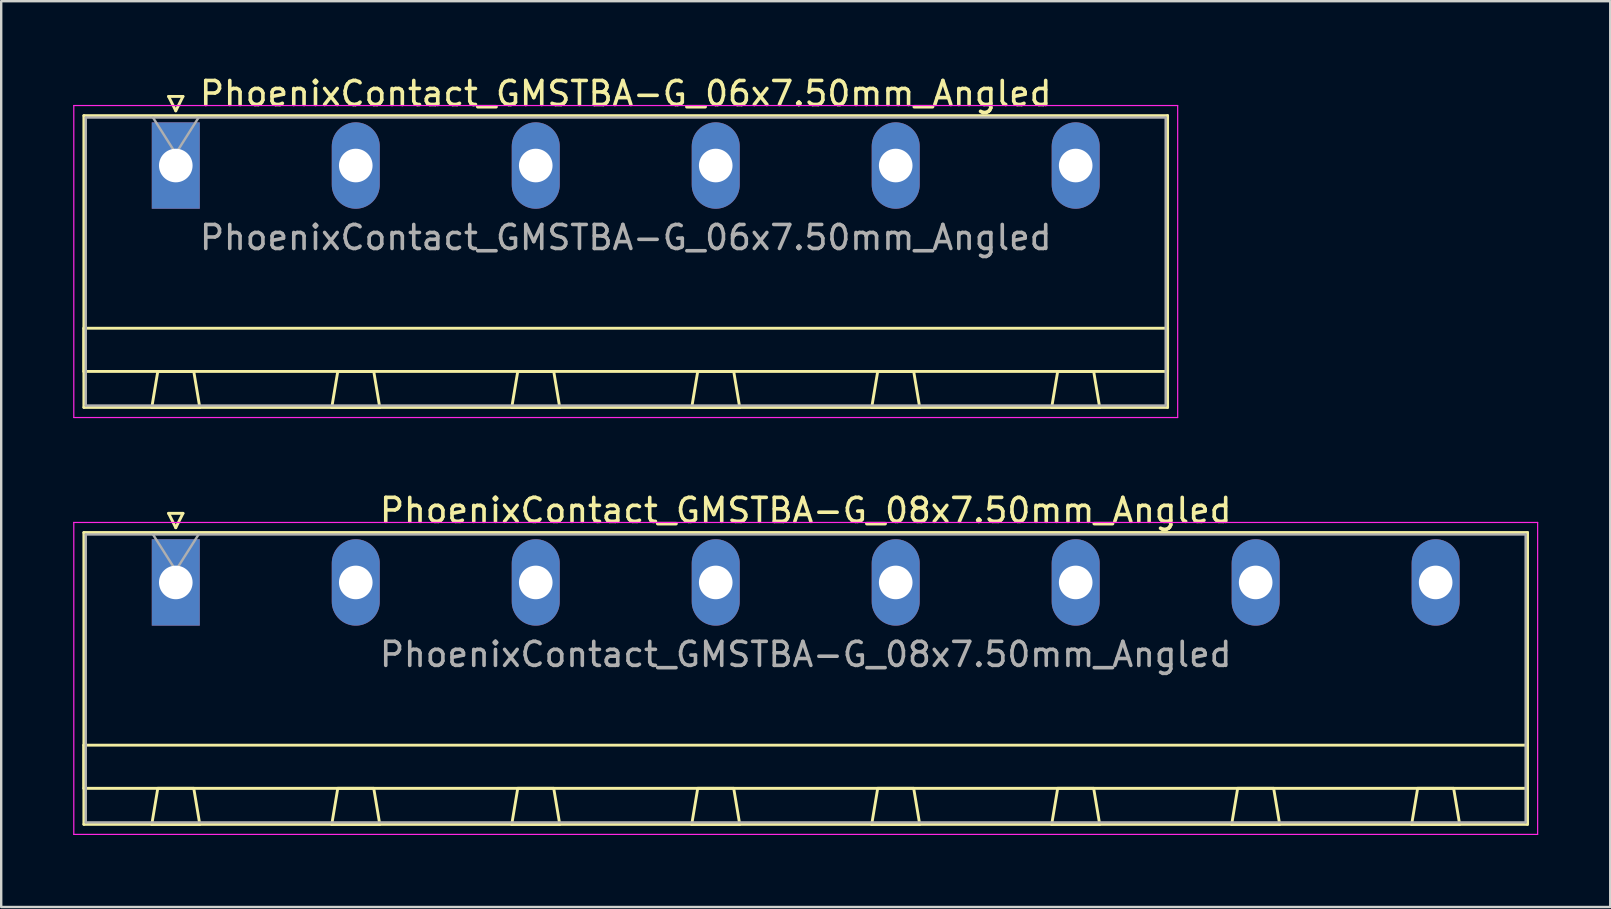
<source format=kicad_pcb>
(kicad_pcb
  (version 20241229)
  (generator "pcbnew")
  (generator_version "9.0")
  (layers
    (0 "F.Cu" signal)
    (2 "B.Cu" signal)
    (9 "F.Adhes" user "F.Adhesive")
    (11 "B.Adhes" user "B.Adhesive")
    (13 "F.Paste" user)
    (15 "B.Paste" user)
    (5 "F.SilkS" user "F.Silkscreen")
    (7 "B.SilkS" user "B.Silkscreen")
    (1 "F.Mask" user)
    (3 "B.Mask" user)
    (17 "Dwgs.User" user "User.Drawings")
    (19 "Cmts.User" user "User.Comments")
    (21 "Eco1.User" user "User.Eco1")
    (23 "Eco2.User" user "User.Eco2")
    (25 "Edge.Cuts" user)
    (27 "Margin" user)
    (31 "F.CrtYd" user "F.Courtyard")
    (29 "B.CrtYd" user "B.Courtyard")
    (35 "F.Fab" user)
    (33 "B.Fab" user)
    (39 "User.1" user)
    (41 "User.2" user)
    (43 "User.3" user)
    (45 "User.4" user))
  (footprint "PhoenixContact_GMSTBA-G_08x7.50mm_Angled"
    (layer "F.Cu")
    (at 4.275 21.221)
    (property "Reference" "PhoenixContact_GMSTBA-G_08x7.50mm_Angled" (at 26.25 -3 0) (layer "F.SilkS") (effects (font (size 1 1) (thickness 0.15))))
    (attr through_hole)
    (fp_line (start -3.83 -2.08) (end -3.83 10.08) (stroke (width 0.12) (type solid)) (layer "F.SilkS"))
    (fp_line (start -3.83 6.78) (end 56.33 6.78) (stroke (width 0.12) (type solid)) (layer "F.SilkS"))
    (fp_line (start -3.83 8.58) (end -3.83 6.78) (stroke (width 0.12) (type solid)) (layer "F.SilkS"))
    (fp_line (start -3.83 10.08) (end 56.33 10.08) (stroke (width 0.12) (type solid)) (layer "F.SilkS"))
    (fp_line (start -1 10.08) (end 1 10.08) (stroke (width 0.12) (type solid)) (layer "F.SilkS"))
    (fp_line (start -0.75 8.58) (end -1 10.08) (stroke (width 0.12) (type solid)) (layer "F.SilkS"))
    (fp_line (start -0.3 -2.88) (end 0.3 -2.88) (stroke (width 0.12) (type solid)) (layer "F.SilkS"))
    (fp_line (start 0 -2.28) (end -0.3 -2.88) (stroke (width 0.12) (type solid)) (layer "F.SilkS"))
    (fp_line (start 0.3 -2.88) (end 0 -2.28) (stroke (width 0.12) (type solid)) (layer "F.SilkS"))
    (fp_line (start 0.75 8.58) (end -0.75 8.58) (stroke (width 0.12) (type solid)) (layer "F.SilkS"))
    (fp_line (start 1 10.08) (end 0.75 8.58) (stroke (width 0.12) (type solid)) (layer "F.SilkS"))
    (fp_line (start 6.5 10.08) (end 8.5 10.08) (stroke (width 0.12) (type solid)) (layer "F.SilkS"))
    (fp_line (start 6.75 8.58) (end 6.5 10.08) (stroke (width 0.12) (type solid)) (layer "F.SilkS"))
    (fp_line (start 8.25 8.58) (end 6.75 8.58) (stroke (width 0.12) (type solid)) (layer "F.SilkS"))
    (fp_line (start 8.5 10.08) (end 8.25 8.58) (stroke (width 0.12) (type solid)) (layer "F.SilkS"))
    (fp_line (start 14 10.08) (end 16 10.08) (stroke (width 0.12) (type solid)) (layer "F.SilkS"))
    (fp_line (start 14.25 8.58) (end 14 10.08) (stroke (width 0.12) (type solid)) (layer "F.SilkS"))
    (fp_line (start 15.75 8.58) (end 14.25 8.58) (stroke (width 0.12) (type solid)) (layer "F.SilkS"))
    (fp_line (start 16 10.08) (end 15.75 8.58) (stroke (width 0.12) (type solid)) (layer "F.SilkS"))
    (fp_line (start 21.5 10.08) (end 23.5 10.08) (stroke (width 0.12) (type solid)) (layer "F.SilkS"))
    (fp_line (start 21.75 8.58) (end 21.5 10.08) (stroke (width 0.12) (type solid)) (layer "F.SilkS"))
    (fp_line (start 23.25 8.58) (end 21.75 8.58) (stroke (width 0.12) (type solid)) (layer "F.SilkS"))
    (fp_line (start 23.5 10.08) (end 23.25 8.58) (stroke (width 0.12) (type solid)) (layer "F.SilkS"))
    (fp_line (start 29 10.08) (end 31 10.08) (stroke (width 0.12) (type solid)) (layer "F.SilkS"))
    (fp_line (start 29.25 8.58) (end 29 10.08) (stroke (width 0.12) (type solid)) (layer "F.SilkS"))
    (fp_line (start 30.75 8.58) (end 29.25 8.58) (stroke (width 0.12) (type solid)) (layer "F.SilkS"))
    (fp_line (start 31 10.08) (end 30.75 8.58) (stroke (width 0.12) (type solid)) (layer "F.SilkS"))
    (fp_line (start 36.5 10.08) (end 38.5 10.08) (stroke (width 0.12) (type solid)) (layer "F.SilkS"))
    (fp_line (start 36.75 8.58) (end 36.5 10.08) (stroke (width 0.12) (type solid)) (layer "F.SilkS"))
    (fp_line (start 38.25 8.58) (end 36.75 8.58) (stroke (width 0.12) (type solid)) (layer "F.SilkS"))
    (fp_line (start 38.5 10.08) (end 38.25 8.58) (stroke (width 0.12) (type solid)) (layer "F.SilkS"))
    (fp_line (start 44 10.08) (end 46 10.08) (stroke (width 0.12) (type solid)) (layer "F.SilkS"))
    (fp_line (start 44.25 8.58) (end 44 10.08) (stroke (width 0.12) (type solid)) (layer "F.SilkS"))
    (fp_line (start 45.75 8.58) (end 44.25 8.58) (stroke (width 0.12) (type solid)) (layer "F.SilkS"))
    (fp_line (start 46 10.08) (end 45.75 8.58) (stroke (width 0.12) (type solid)) (layer "F.SilkS"))
    (fp_line (start 51.5 10.08) (end 53.5 10.08) (stroke (width 0.12) (type solid)) (layer "F.SilkS"))
    (fp_line (start 51.75 8.58) (end 51.5 10.08) (stroke (width 0.12) (type solid)) (layer "F.SilkS"))
    (fp_line (start 53.25 8.58) (end 51.75 8.58) (stroke (width 0.12) (type solid)) (layer "F.SilkS"))
    (fp_line (start 53.5 10.08) (end 53.25 8.58) (stroke (width 0.12) (type solid)) (layer "F.SilkS"))
    (fp_line (start 56.33 -2.08) (end -3.83 -2.08) (stroke (width 0.12) (type solid)) (layer "F.SilkS"))
    (fp_line (start 56.33 6.78) (end 56.33 8.58) (stroke (width 0.12) (type solid)) (layer "F.SilkS"))
    (fp_line (start 56.33 8.58) (end -3.83 8.58) (stroke (width 0.12) (type solid)) (layer "F.SilkS"))
    (fp_line (start 56.33 10.08) (end 56.33 -2.08) (stroke (width 0.12) (type solid)) (layer "F.SilkS"))
    (fp_line (start -4.25 -2.5) (end -4.25 10.5) (stroke (width 0.05) (type solid)) (layer "F.CrtYd"))
    (fp_line (start -4.25 10.5) (end 56.75 10.5) (stroke (width 0.05) (type solid)) (layer "F.CrtYd"))
    (fp_line (start 56.75 -2.5) (end -4.25 -2.5) (stroke (width 0.05) (type solid)) (layer "F.CrtYd"))
    (fp_line (start 56.75 10.5) (end 56.75 -2.5) (stroke (width 0.05) (type solid)) (layer "F.CrtYd"))
    (fp_line (start -3.75 -2) (end -3.75 10) (stroke (width 0.1) (type solid)) (layer "F.Fab"))
    (fp_line (start -3.75 10) (end 56.25 10) (stroke (width 0.1) (type solid)) (layer "F.Fab"))
    (fp_line (start 0 -0.5) (end -0.95 -2) (stroke (width 0.1) (type solid)) (layer "F.Fab"))
    (fp_line (start 0.95 -2) (end 0 -0.5) (stroke (width 0.1) (type solid)) (layer "F.Fab"))
    (fp_line (start 56.25 -2) (end -3.75 -2) (stroke (width 0.1) (type solid)) (layer "F.Fab"))
    (fp_line (start 56.25 10) (end 56.25 -2) (stroke (width 0.1) (type solid)) (layer "F.Fab"))
    (fp_text user "${REFERENCE}" (at 26.25 3 0) (layer "F.Fab") (effects (font (size 1 1) (thickness 0.15))))
    (pad "1" thru_hole rect (at 0 0) (size 2 3.6) (drill 1.4) (layers "*.Cu" "*.Mask"))
    (pad "2" thru_hole oval (at 7.5 0) (size 2 3.6) (drill 1.4) (layers "*.Cu" "*.Mask"))
    (pad "3" thru_hole oval (at 15 0) (size 2 3.6) (drill 1.4) (layers "*.Cu" "*.Mask"))
    (pad "4" thru_hole oval (at 22.5 0) (size 2 3.6) (drill 1.4) (layers "*.Cu" "*.Mask"))
    (pad "5" thru_hole oval (at 30 0) (size 2 3.6) (drill 1.4) (layers "*.Cu" "*.Mask"))
    (pad "6" thru_hole oval (at 37.5 0) (size 2 3.6) (drill 1.4) (layers "*.Cu" "*.Mask"))
    (pad "7" thru_hole oval (at 45 0) (size 2 3.6) (drill 1.4) (layers "*.Cu" "*.Mask"))
    (pad "8" thru_hole oval (at 52.5 0) (size 2 3.6) (drill 1.4) (layers "*.Cu" "*.Mask")))
  (footprint "PhoenixContact_GMSTBA-G_06x7.50mm_Angled"
    (layer "F.Cu")
    (at 4.275 3.848)
    (property "Reference" "PhoenixContact_GMSTBA-G_06x7.50mm_Angled" (at 18.75 -3 0) (layer "F.SilkS") (effects (font (size 1 1) (thickness 0.15))))
    (attr through_hole)
    (fp_line (start -3.83 -2.08) (end -3.83 10.08) (stroke (width 0.12) (type solid)) (layer "F.SilkS"))
    (fp_line (start -3.83 6.78) (end 41.33 6.78) (stroke (width 0.12) (type solid)) (layer "F.SilkS"))
    (fp_line (start -3.83 8.58) (end -3.83 6.78) (stroke (width 0.12) (type solid)) (layer "F.SilkS"))
    (fp_line (start -3.83 10.08) (end 41.33 10.08) (stroke (width 0.12) (type solid)) (layer "F.SilkS"))
    (fp_line (start -1 10.08) (end 1 10.08) (stroke (width 0.12) (type solid)) (layer "F.SilkS"))
    (fp_line (start -0.75 8.58) (end -1 10.08) (stroke (width 0.12) (type solid)) (layer "F.SilkS"))
    (fp_line (start -0.3 -2.88) (end 0.3 -2.88) (stroke (width 0.12) (type solid)) (layer "F.SilkS"))
    (fp_line (start 0 -2.28) (end -0.3 -2.88) (stroke (width 0.12) (type solid)) (layer "F.SilkS"))
    (fp_line (start 0.3 -2.88) (end 0 -2.28) (stroke (width 0.12) (type solid)) (layer "F.SilkS"))
    (fp_line (start 0.75 8.58) (end -0.75 8.58) (stroke (width 0.12) (type solid)) (layer "F.SilkS"))
    (fp_line (start 1 10.08) (end 0.75 8.58) (stroke (width 0.12) (type solid)) (layer "F.SilkS"))
    (fp_line (start 6.5 10.08) (end 8.5 10.08) (stroke (width 0.12) (type solid)) (layer "F.SilkS"))
    (fp_line (start 6.75 8.58) (end 6.5 10.08) (stroke (width 0.12) (type solid)) (layer "F.SilkS"))
    (fp_line (start 8.25 8.58) (end 6.75 8.58) (stroke (width 0.12) (type solid)) (layer "F.SilkS"))
    (fp_line (start 8.5 10.08) (end 8.25 8.58) (stroke (width 0.12) (type solid)) (layer "F.SilkS"))
    (fp_line (start 14 10.08) (end 16 10.08) (stroke (width 0.12) (type solid)) (layer "F.SilkS"))
    (fp_line (start 14.25 8.58) (end 14 10.08) (stroke (width 0.12) (type solid)) (layer "F.SilkS"))
    (fp_line (start 15.75 8.58) (end 14.25 8.58) (stroke (width 0.12) (type solid)) (layer "F.SilkS"))
    (fp_line (start 16 10.08) (end 15.75 8.58) (stroke (width 0.12) (type solid)) (layer "F.SilkS"))
    (fp_line (start 21.5 10.08) (end 23.5 10.08) (stroke (width 0.12) (type solid)) (layer "F.SilkS"))
    (fp_line (start 21.75 8.58) (end 21.5 10.08) (stroke (width 0.12) (type solid)) (layer "F.SilkS"))
    (fp_line (start 23.25 8.58) (end 21.75 8.58) (stroke (width 0.12) (type solid)) (layer "F.SilkS"))
    (fp_line (start 23.5 10.08) (end 23.25 8.58) (stroke (width 0.12) (type solid)) (layer "F.SilkS"))
    (fp_line (start 29 10.08) (end 31 10.08) (stroke (width 0.12) (type solid)) (layer "F.SilkS"))
    (fp_line (start 29.25 8.58) (end 29 10.08) (stroke (width 0.12) (type solid)) (layer "F.SilkS"))
    (fp_line (start 30.75 8.58) (end 29.25 8.58) (stroke (width 0.12) (type solid)) (layer "F.SilkS"))
    (fp_line (start 31 10.08) (end 30.75 8.58) (stroke (width 0.12) (type solid)) (layer "F.SilkS"))
    (fp_line (start 36.5 10.08) (end 38.5 10.08) (stroke (width 0.12) (type solid)) (layer "F.SilkS"))
    (fp_line (start 36.75 8.58) (end 36.5 10.08) (stroke (width 0.12) (type solid)) (layer "F.SilkS"))
    (fp_line (start 38.25 8.58) (end 36.75 8.58) (stroke (width 0.12) (type solid)) (layer "F.SilkS"))
    (fp_line (start 38.5 10.08) (end 38.25 8.58) (stroke (width 0.12) (type solid)) (layer "F.SilkS"))
    (fp_line (start 41.33 -2.08) (end -3.83 -2.08) (stroke (width 0.12) (type solid)) (layer "F.SilkS"))
    (fp_line (start 41.33 6.78) (end 41.33 8.58) (stroke (width 0.12) (type solid)) (layer "F.SilkS"))
    (fp_line (start 41.33 8.58) (end -3.83 8.58) (stroke (width 0.12) (type solid)) (layer "F.SilkS"))
    (fp_line (start 41.33 10.08) (end 41.33 -2.08) (stroke (width 0.12) (type solid)) (layer "F.SilkS"))
    (fp_line (start -4.25 -2.5) (end -4.25 10.5) (stroke (width 0.05) (type solid)) (layer "F.CrtYd"))
    (fp_line (start -4.25 10.5) (end 41.75 10.5) (stroke (width 0.05) (type solid)) (layer "F.CrtYd"))
    (fp_line (start 41.75 -2.5) (end -4.25 -2.5) (stroke (width 0.05) (type solid)) (layer "F.CrtYd"))
    (fp_line (start 41.75 10.5) (end 41.75 -2.5) (stroke (width 0.05) (type solid)) (layer "F.CrtYd"))
    (fp_line (start -3.75 -2) (end -3.75 10) (stroke (width 0.1) (type solid)) (layer "F.Fab"))
    (fp_line (start -3.75 10) (end 41.25 10) (stroke (width 0.1) (type solid)) (layer "F.Fab"))
    (fp_line (start 0 -0.5) (end -0.95 -2) (stroke (width 0.1) (type solid)) (layer "F.Fab"))
    (fp_line (start 0.95 -2) (end 0 -0.5) (stroke (width 0.1) (type solid)) (layer "F.Fab"))
    (fp_line (start 41.25 -2) (end -3.75 -2) (stroke (width 0.1) (type solid)) (layer "F.Fab"))
    (fp_line (start 41.25 10) (end 41.25 -2) (stroke (width 0.1) (type solid)) (layer "F.Fab"))
    (fp_text user "${REFERENCE}" (at 18.75 3 0) (layer "F.Fab") (effects (font (size 1 1) (thickness 0.15))))
    (pad "1" thru_hole rect (at 0 0) (size 2 3.6) (drill 1.4) (layers "*.Cu" "*.Mask"))
    (pad "2" thru_hole oval (at 7.5 0) (size 2 3.6) (drill 1.4) (layers "*.Cu" "*.Mask"))
    (pad "3" thru_hole oval (at 15 0) (size 2 3.6) (drill 1.4) (layers "*.Cu" "*.Mask"))
    (pad "4" thru_hole oval (at 22.5 0) (size 2 3.6) (drill 1.4) (layers "*.Cu" "*.Mask"))
    (pad "5" thru_hole oval (at 30 0) (size 2 3.6) (drill 1.4) (layers "*.Cu" "*.Mask"))
    (pad "6" thru_hole oval (at 37.5 0) (size 2 3.6) (drill 1.4) (layers "*.Cu" "*.Mask")))
  (gr_rect
    (start -3 -3)
    (end 64.05 34.746)
    (stroke (width 0.1) (type default))
    (fill no)
    (layer "Edge.Cuts")))
</source>
